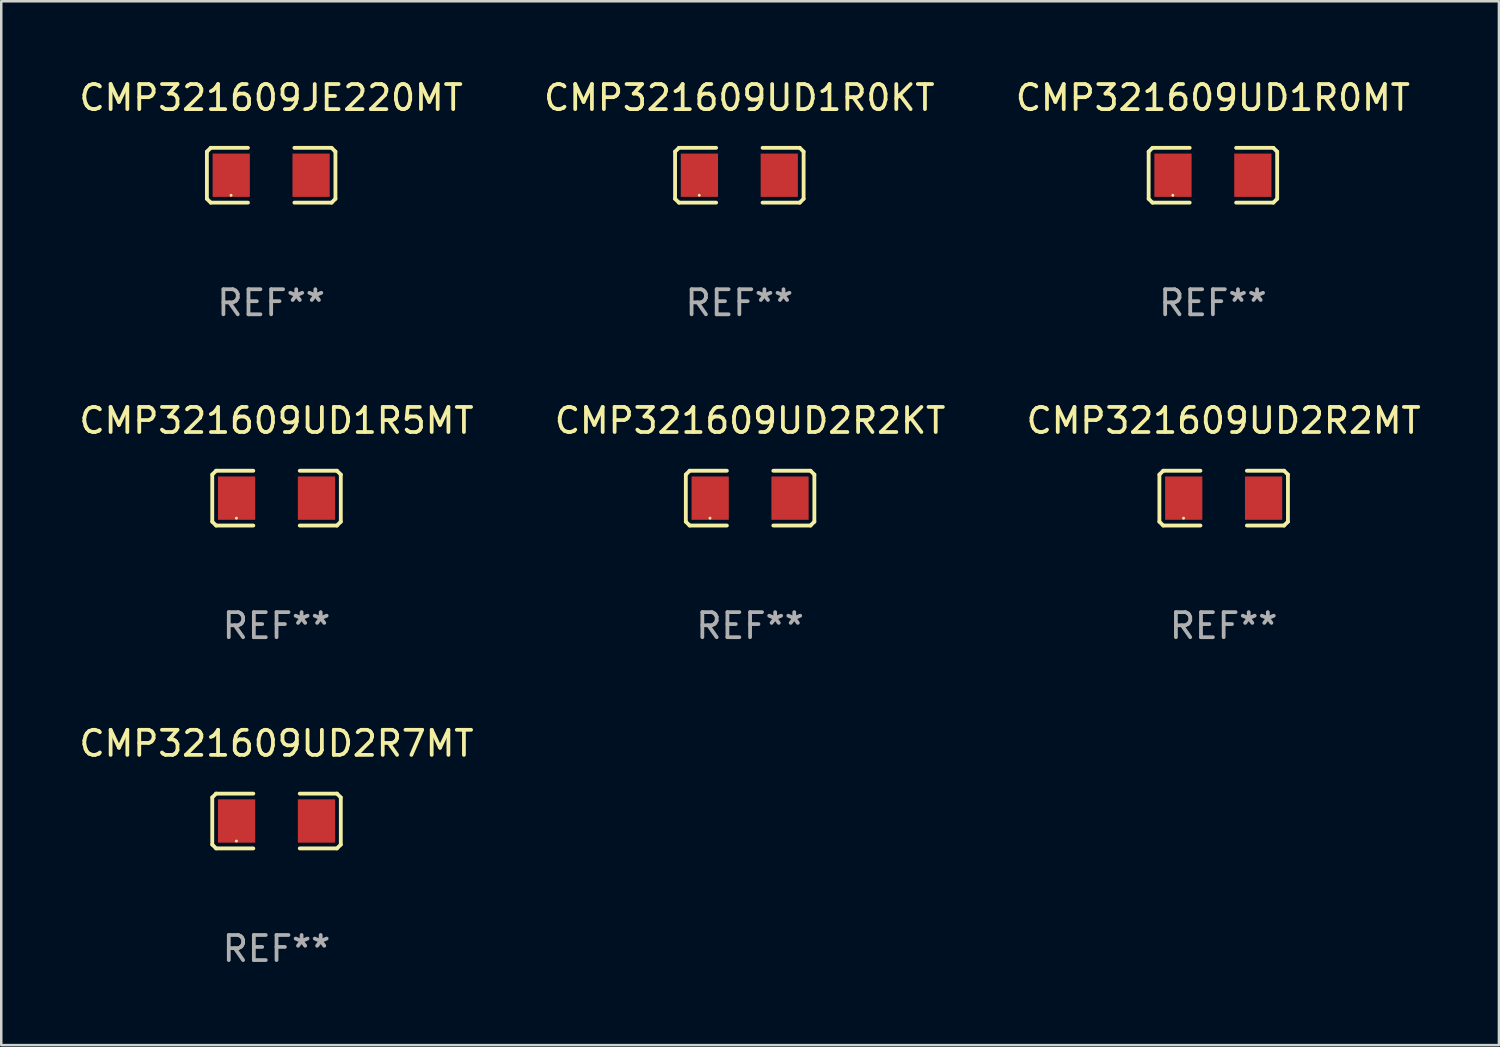
<source format=kicad_pcb>
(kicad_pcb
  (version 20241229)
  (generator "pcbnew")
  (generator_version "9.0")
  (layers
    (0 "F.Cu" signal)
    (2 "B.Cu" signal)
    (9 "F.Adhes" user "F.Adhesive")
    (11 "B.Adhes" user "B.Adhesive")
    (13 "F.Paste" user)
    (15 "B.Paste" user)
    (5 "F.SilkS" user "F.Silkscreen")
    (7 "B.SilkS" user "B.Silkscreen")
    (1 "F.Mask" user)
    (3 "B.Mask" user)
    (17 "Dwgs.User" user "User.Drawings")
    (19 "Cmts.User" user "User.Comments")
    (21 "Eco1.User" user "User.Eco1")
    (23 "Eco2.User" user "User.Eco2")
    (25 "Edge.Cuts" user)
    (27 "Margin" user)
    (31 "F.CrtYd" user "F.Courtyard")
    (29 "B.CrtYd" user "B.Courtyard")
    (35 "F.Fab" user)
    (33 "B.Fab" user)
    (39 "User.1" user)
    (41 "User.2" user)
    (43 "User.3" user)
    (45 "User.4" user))
  (footprint "CMP321609UD1R0MT"
    (layer "F.Cu")
    (at 45.339 3.941)
    (property "Reference" "CMP321609UD1R0MT" (at 0 -3.093 0) (layer "F.SilkS") (effects (font (size 1 1) (thickness 0.15))))
    (attr through_hole)
    (fp_line (start -2.564 -0.94) (end -2.411 -1.093) (stroke (width 0.152) (type solid)) (layer "F.SilkS"))
    (fp_line (start -2.564 0.94) (end -2.564 -0.94) (stroke (width 0.152) (type solid)) (layer "F.SilkS"))
    (fp_line (start -2.411 -1.093) (end -0.926 -1.093) (stroke (width 0.152) (type solid)) (layer "F.SilkS"))
    (fp_line (start -2.411 1.093) (end -2.564 0.94) (stroke (width 0.152) (type solid)) (layer "F.SilkS"))
    (fp_line (start -0.926 1.093) (end -2.411 1.093) (stroke (width 0.152) (type solid)) (layer "F.SilkS"))
    (fp_line (start 0.926 1.093) (end 2.411 1.093) (stroke (width 0.152) (type solid)) (layer "F.SilkS"))
    (fp_line (start 2.411 -1.093) (end 0.926 -1.093) (stroke (width 0.152) (type solid)) (layer "F.SilkS"))
    (fp_line (start 2.411 1.093) (end 2.564 0.94) (stroke (width 0.152) (type solid)) (layer "F.SilkS"))
    (fp_line (start 2.564 -0.94) (end 2.411 -1.093) (stroke (width 0.152) (type solid)) (layer "F.SilkS"))
    (fp_line (start 2.564 0.94) (end 2.564 -0.94) (stroke (width 0.152) (type solid)) (layer "F.SilkS"))
    (fp_circle (center -1.6 0.8) (end -1.57 0.8) (stroke (width 0.06) (type solid)) (fill no) (layer "F.SilkS"))
    (fp_text user "REF**" (at 0 5.093 0) (layer "F.Fab") (effects (font (size 1 1) (thickness 0.15))))
    (pad "1" smd rect (at -1.593 0) (size 1.485 1.728) (layers "F.Cu" "F.Mask" "F.Paste"))
    (pad "2" smd rect (at 1.593 0) (size 1.485 1.728) (layers "F.Cu" "F.Mask" "F.Paste")))
  (footprint "CMP321609UD2R7MT"
    (layer "F.Cu")
    (at 7.982 29.704)
    (property "Reference" "CMP321609UD2R7MT" (at 0 -3.093 0) (layer "F.SilkS") (effects (font (size 1 1) (thickness 0.15))))
    (attr through_hole)
    (fp_line (start -2.564 -0.94) (end -2.411 -1.093) (stroke (width 0.152) (type solid)) (layer "F.SilkS"))
    (fp_line (start -2.564 0.94) (end -2.564 -0.94) (stroke (width 0.152) (type solid)) (layer "F.SilkS"))
    (fp_line (start -2.411 -1.093) (end -0.926 -1.093) (stroke (width 0.152) (type solid)) (layer "F.SilkS"))
    (fp_line (start -2.411 1.093) (end -2.564 0.94) (stroke (width 0.152) (type solid)) (layer "F.SilkS"))
    (fp_line (start -0.926 1.093) (end -2.411 1.093) (stroke (width 0.152) (type solid)) (layer "F.SilkS"))
    (fp_line (start 0.926 1.093) (end 2.411 1.093) (stroke (width 0.152) (type solid)) (layer "F.SilkS"))
    (fp_line (start 2.411 -1.093) (end 0.926 -1.093) (stroke (width 0.152) (type solid)) (layer "F.SilkS"))
    (fp_line (start 2.411 1.093) (end 2.564 0.94) (stroke (width 0.152) (type solid)) (layer "F.SilkS"))
    (fp_line (start 2.564 -0.94) (end 2.411 -1.093) (stroke (width 0.152) (type solid)) (layer "F.SilkS"))
    (fp_line (start 2.564 0.94) (end 2.564 -0.94) (stroke (width 0.152) (type solid)) (layer "F.SilkS"))
    (fp_circle (center -1.6 0.8) (end -1.57 0.8) (stroke (width 0.06) (type solid)) (fill no) (layer "F.SilkS"))
    (fp_text user "REF**" (at 0 5.093 0) (layer "F.Fab") (effects (font (size 1 1) (thickness 0.15))))
    (pad "1" smd rect (at -1.593 0) (size 1.485 1.728) (layers "F.Cu" "F.Mask" "F.Paste"))
    (pad "2" smd rect (at 1.593 0) (size 1.485 1.728) (layers "F.Cu" "F.Mask" "F.Paste")))
  (footprint "CMP321609UD2R2KT"
    (layer "F.Cu")
    (at 26.875 16.823)
    (property "Reference" "CMP321609UD2R2KT" (at 0 -3.093 0) (layer "F.SilkS") (effects (font (size 1 1) (thickness 0.15))))
    (attr through_hole)
    (fp_line (start -2.564 -0.94) (end -2.411 -1.093) (stroke (width 0.152) (type solid)) (layer "F.SilkS"))
    (fp_line (start -2.564 0.94) (end -2.564 -0.94) (stroke (width 0.152) (type solid)) (layer "F.SilkS"))
    (fp_line (start -2.411 -1.093) (end -0.926 -1.093) (stroke (width 0.152) (type solid)) (layer "F.SilkS"))
    (fp_line (start -2.411 1.093) (end -2.564 0.94) (stroke (width 0.152) (type solid)) (layer "F.SilkS"))
    (fp_line (start -0.926 1.093) (end -2.411 1.093) (stroke (width 0.152) (type solid)) (layer "F.SilkS"))
    (fp_line (start 0.926 1.093) (end 2.411 1.093) (stroke (width 0.152) (type solid)) (layer "F.SilkS"))
    (fp_line (start 2.411 -1.093) (end 0.926 -1.093) (stroke (width 0.152) (type solid)) (layer "F.SilkS"))
    (fp_line (start 2.411 1.093) (end 2.564 0.94) (stroke (width 0.152) (type solid)) (layer "F.SilkS"))
    (fp_line (start 2.564 -0.94) (end 2.411 -1.093) (stroke (width 0.152) (type solid)) (layer "F.SilkS"))
    (fp_line (start 2.564 0.94) (end 2.564 -0.94) (stroke (width 0.152) (type solid)) (layer "F.SilkS"))
    (fp_circle (center -1.6 0.8) (end -1.57 0.8) (stroke (width 0.06) (type solid)) (fill no) (layer "F.SilkS"))
    (fp_text user "REF**" (at 0 5.093 0) (layer "F.Fab") (effects (font (size 1 1) (thickness 0.15))))
    (pad "1" smd rect (at -1.593 0) (size 1.485 1.728) (layers "F.Cu" "F.Mask" "F.Paste"))
    (pad "2" smd rect (at 1.593 0) (size 1.485 1.728) (layers "F.Cu" "F.Mask" "F.Paste")))
  (footprint "CMP321609JE220MT"
    (layer "F.Cu")
    (at 7.768 3.941)
    (property "Reference" "CMP321609JE220MT" (at 0 -3.093 0) (layer "F.SilkS") (effects (font (size 1 1) (thickness 0.15))))
    (attr through_hole)
    (fp_line (start -2.564 -0.94) (end -2.411 -1.093) (stroke (width 0.152) (type solid)) (layer "F.SilkS"))
    (fp_line (start -2.564 0.94) (end -2.564 -0.94) (stroke (width 0.152) (type solid)) (layer "F.SilkS"))
    (fp_line (start -2.411 -1.093) (end -0.926 -1.093) (stroke (width 0.152) (type solid)) (layer "F.SilkS"))
    (fp_line (start -2.411 1.093) (end -2.564 0.94) (stroke (width 0.152) (type solid)) (layer "F.SilkS"))
    (fp_line (start -0.926 1.093) (end -2.411 1.093) (stroke (width 0.152) (type solid)) (layer "F.SilkS"))
    (fp_line (start 0.926 1.093) (end 2.411 1.093) (stroke (width 0.152) (type solid)) (layer "F.SilkS"))
    (fp_line (start 2.411 -1.093) (end 0.926 -1.093) (stroke (width 0.152) (type solid)) (layer "F.SilkS"))
    (fp_line (start 2.411 1.093) (end 2.564 0.94) (stroke (width 0.152) (type solid)) (layer "F.SilkS"))
    (fp_line (start 2.564 -0.94) (end 2.411 -1.093) (stroke (width 0.152) (type solid)) (layer "F.SilkS"))
    (fp_line (start 2.564 0.94) (end 2.564 -0.94) (stroke (width 0.152) (type solid)) (layer "F.SilkS"))
    (fp_circle (center -1.6 0.8) (end -1.57 0.8) (stroke (width 0.06) (type solid)) (fill no) (layer "F.SilkS"))
    (fp_text user "REF**" (at 0 5.093 0) (layer "F.Fab") (effects (font (size 1 1) (thickness 0.15))))
    (pad "1" smd rect (at -1.593 0) (size 1.485 1.728) (layers "F.Cu" "F.Mask" "F.Paste"))
    (pad "2" smd rect (at 1.593 0) (size 1.485 1.728) (layers "F.Cu" "F.Mask" "F.Paste")))
  (footprint "CMP321609UD2R2MT"
    (layer "F.Cu")
    (at 45.768 16.823)
    (property "Reference" "CMP321609UD2R2MT" (at 0 -3.093 0) (layer "F.SilkS") (effects (font (size 1 1) (thickness 0.15))))
    (attr through_hole)
    (fp_line (start -2.564 -0.94) (end -2.411 -1.093) (stroke (width 0.152) (type solid)) (layer "F.SilkS"))
    (fp_line (start -2.564 0.94) (end -2.564 -0.94) (stroke (width 0.152) (type solid)) (layer "F.SilkS"))
    (fp_line (start -2.411 -1.093) (end -0.926 -1.093) (stroke (width 0.152) (type solid)) (layer "F.SilkS"))
    (fp_line (start -2.411 1.093) (end -2.564 0.94) (stroke (width 0.152) (type solid)) (layer "F.SilkS"))
    (fp_line (start -0.926 1.093) (end -2.411 1.093) (stroke (width 0.152) (type solid)) (layer "F.SilkS"))
    (fp_line (start 0.926 1.093) (end 2.411 1.093) (stroke (width 0.152) (type solid)) (layer "F.SilkS"))
    (fp_line (start 2.411 -1.093) (end 0.926 -1.093) (stroke (width 0.152) (type solid)) (layer "F.SilkS"))
    (fp_line (start 2.411 1.093) (end 2.564 0.94) (stroke (width 0.152) (type solid)) (layer "F.SilkS"))
    (fp_line (start 2.564 -0.94) (end 2.411 -1.093) (stroke (width 0.152) (type solid)) (layer "F.SilkS"))
    (fp_line (start 2.564 0.94) (end 2.564 -0.94) (stroke (width 0.152) (type solid)) (layer "F.SilkS"))
    (fp_circle (center -1.6 0.8) (end -1.57 0.8) (stroke (width 0.06) (type solid)) (fill no) (layer "F.SilkS"))
    (fp_text user "REF**" (at 0 5.093 0) (layer "F.Fab") (effects (font (size 1 1) (thickness 0.15))))
    (pad "1" smd rect (at -1.593 0) (size 1.485 1.728) (layers "F.Cu" "F.Mask" "F.Paste"))
    (pad "2" smd rect (at 1.593 0) (size 1.485 1.728) (layers "F.Cu" "F.Mask" "F.Paste")))
  (footprint "CMP321609UD1R5MT"
    (layer "F.Cu")
    (at 7.982 16.823)
    (property "Reference" "CMP321609UD1R5MT" (at 0 -3.093 0) (layer "F.SilkS") (effects (font (size 1 1) (thickness 0.15))))
    (attr through_hole)
    (fp_line (start -2.564 -0.94) (end -2.411 -1.093) (stroke (width 0.152) (type solid)) (layer "F.SilkS"))
    (fp_line (start -2.564 0.94) (end -2.564 -0.94) (stroke (width 0.152) (type solid)) (layer "F.SilkS"))
    (fp_line (start -2.411 -1.093) (end -0.926 -1.093) (stroke (width 0.152) (type solid)) (layer "F.SilkS"))
    (fp_line (start -2.411 1.093) (end -2.564 0.94) (stroke (width 0.152) (type solid)) (layer "F.SilkS"))
    (fp_line (start -0.926 1.093) (end -2.411 1.093) (stroke (width 0.152) (type solid)) (layer "F.SilkS"))
    (fp_line (start 0.926 1.093) (end 2.411 1.093) (stroke (width 0.152) (type solid)) (layer "F.SilkS"))
    (fp_line (start 2.411 -1.093) (end 0.926 -1.093) (stroke (width 0.152) (type solid)) (layer "F.SilkS"))
    (fp_line (start 2.411 1.093) (end 2.564 0.94) (stroke (width 0.152) (type solid)) (layer "F.SilkS"))
    (fp_line (start 2.564 -0.94) (end 2.411 -1.093) (stroke (width 0.152) (type solid)) (layer "F.SilkS"))
    (fp_line (start 2.564 0.94) (end 2.564 -0.94) (stroke (width 0.152) (type solid)) (layer "F.SilkS"))
    (fp_circle (center -1.6 0.8) (end -1.57 0.8) (stroke (width 0.06) (type solid)) (fill no) (layer "F.SilkS"))
    (fp_text user "REF**" (at 0 5.093 0) (layer "F.Fab") (effects (font (size 1 1) (thickness 0.15))))
    (pad "1" smd rect (at -1.593 0) (size 1.485 1.728) (layers "F.Cu" "F.Mask" "F.Paste"))
    (pad "2" smd rect (at 1.593 0) (size 1.485 1.728) (layers "F.Cu" "F.Mask" "F.Paste")))
  (footprint "CMP321609UD1R0KT"
    (layer "F.Cu")
    (at 26.446 3.941)
    (property "Reference" "CMP321609UD1R0KT" (at 0 -3.093 0) (layer "F.SilkS") (effects (font (size 1 1) (thickness 0.15))))
    (attr through_hole)
    (fp_line (start -2.564 -0.94) (end -2.411 -1.093) (stroke (width 0.152) (type solid)) (layer "F.SilkS"))
    (fp_line (start -2.564 0.94) (end -2.564 -0.94) (stroke (width 0.152) (type solid)) (layer "F.SilkS"))
    (fp_line (start -2.411 -1.093) (end -0.926 -1.093) (stroke (width 0.152) (type solid)) (layer "F.SilkS"))
    (fp_line (start -2.411 1.093) (end -2.564 0.94) (stroke (width 0.152) (type solid)) (layer "F.SilkS"))
    (fp_line (start -0.926 1.093) (end -2.411 1.093) (stroke (width 0.152) (type solid)) (layer "F.SilkS"))
    (fp_line (start 0.926 1.093) (end 2.411 1.093) (stroke (width 0.152) (type solid)) (layer "F.SilkS"))
    (fp_line (start 2.411 -1.093) (end 0.926 -1.093) (stroke (width 0.152) (type solid)) (layer "F.SilkS"))
    (fp_line (start 2.411 1.093) (end 2.564 0.94) (stroke (width 0.152) (type solid)) (layer "F.SilkS"))
    (fp_line (start 2.564 -0.94) (end 2.411 -1.093) (stroke (width 0.152) (type solid)) (layer "F.SilkS"))
    (fp_line (start 2.564 0.94) (end 2.564 -0.94) (stroke (width 0.152) (type solid)) (layer "F.SilkS"))
    (fp_circle (center -1.6 0.8) (end -1.57 0.8) (stroke (width 0.06) (type solid)) (fill no) (layer "F.SilkS"))
    (fp_text user "REF**" (at 0 5.093 0) (layer "F.Fab") (effects (font (size 1 1) (thickness 0.15))))
    (pad "1" smd rect (at -1.593 0) (size 1.485 1.728) (layers "F.Cu" "F.Mask" "F.Paste"))
    (pad "2" smd rect (at 1.593 0) (size 1.485 1.728) (layers "F.Cu" "F.Mask" "F.Paste")))
  (gr_rect
    (start -3 -3)
    (end 56.75 38.645)
    (stroke (width 0.1) (type default))
    (fill no)
    (layer "Edge.Cuts")))
</source>
